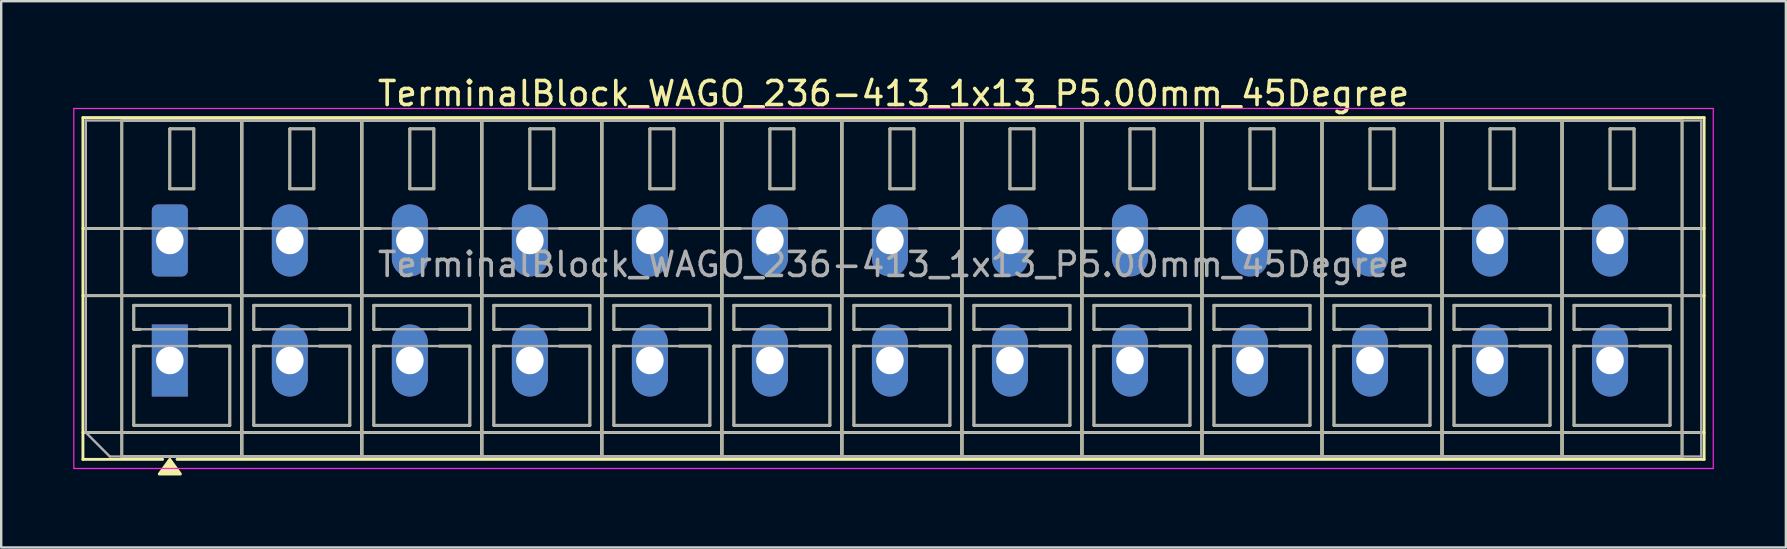
<source format=kicad_pcb>
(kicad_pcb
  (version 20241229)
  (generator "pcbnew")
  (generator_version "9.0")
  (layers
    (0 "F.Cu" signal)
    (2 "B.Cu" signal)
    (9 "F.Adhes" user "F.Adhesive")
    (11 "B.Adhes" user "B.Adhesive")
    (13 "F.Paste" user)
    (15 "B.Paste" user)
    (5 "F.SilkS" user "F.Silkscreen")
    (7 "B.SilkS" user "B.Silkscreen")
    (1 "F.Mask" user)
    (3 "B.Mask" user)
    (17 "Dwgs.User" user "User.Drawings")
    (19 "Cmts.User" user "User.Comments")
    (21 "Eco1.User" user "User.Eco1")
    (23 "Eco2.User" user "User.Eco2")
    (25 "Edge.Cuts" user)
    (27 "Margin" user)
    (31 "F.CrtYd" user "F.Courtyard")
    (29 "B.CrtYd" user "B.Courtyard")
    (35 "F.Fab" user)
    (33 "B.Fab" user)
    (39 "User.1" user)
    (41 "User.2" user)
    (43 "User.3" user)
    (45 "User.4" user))
  (footprint "TerminalBlock_WAGO_236-413_1x13_P5.00mm_45Degree"
    (layer "F.Cu")
    (at 4.025 6.968)
    (property "Reference" "TerminalBlock_WAGO_236-413_1x13_P5.00mm_45Degree" (at 30.15 -6.12 0) (layer "F.SilkS") (effects (font (size 1 1) (thickness 0.15))))
    (attr through_hole)
    (fp_line (start -3.62 -5.12) (end -3.62 9.12) (stroke (width 0.12) (type solid)) (layer "F.SilkS"))
    (fp_line (start -3.62 -5.12) (end 63.92 -5.12) (stroke (width 0.12) (type solid)) (layer "F.SilkS"))
    (fp_line (start -3.62 -0.5) (end -1.23 -0.5) (stroke (width 0.12) (type solid)) (layer "F.SilkS"))
    (fp_line (start -3.62 2.3) (end 63.92 2.3) (stroke (width 0.12) (type solid)) (layer "F.SilkS"))
    (fp_line (start -3.62 8) (end 63.92 8) (stroke (width 0.12) (type solid)) (layer "F.SilkS"))
    (fp_line (start -3.62 9.12) (end -0.3 9.12) (stroke (width 0.12) (type solid)) (layer "F.SilkS"))
    (fp_line (start -2 -5) (end -2 9) (stroke (width 0.12) (type solid)) (layer "F.SilkS"))
    (fp_line (start -2 -5) (end 3 -5) (stroke (width 0.12) (type solid)) (layer "F.SilkS"))
    (fp_line (start -2 9) (end 3 9) (stroke (width 0.12) (type solid)) (layer "F.SilkS"))
    (fp_line (start -1.5 2.7) (end -1.5 3.7) (stroke (width 0.12) (type solid)) (layer "F.SilkS"))
    (fp_line (start -1.5 2.7) (end 2.5 2.7) (stroke (width 0.12) (type solid)) (layer "F.SilkS"))
    (fp_line (start -1.5 3.7) (end -1.23 3.7) (stroke (width 0.12) (type solid)) (layer "F.SilkS"))
    (fp_line (start -1.5 4.4) (end -1.5 7.7) (stroke (width 0.12) (type solid)) (layer "F.SilkS"))
    (fp_line (start -1.5 4.4) (end -1.23 4.4) (stroke (width 0.12) (type solid)) (layer "F.SilkS"))
    (fp_line (start -1.5 7.7) (end 2.5 7.7) (stroke (width 0.12) (type solid)) (layer "F.SilkS"))
    (fp_line (start 0 -4.65) (end 0 -2.15) (stroke (width 0.12) (type solid)) (layer "F.SilkS"))
    (fp_line (start 0 -4.65) (end 1 -4.65) (stroke (width 0.12) (type solid)) (layer "F.SilkS"))
    (fp_line (start 0 -2.15) (end 1 -2.15) (stroke (width 0.12) (type solid)) (layer "F.SilkS"))
    (fp_line (start 0.3 9.12) (end 63.92 9.12) (stroke (width 0.12) (type solid)) (layer "F.SilkS"))
    (fp_line (start 1 -4.65) (end 1 -2.15) (stroke (width 0.12) (type solid)) (layer "F.SilkS"))
    (fp_line (start 1.23 -0.5) (end 3.77 -0.5) (stroke (width 0.12) (type solid)) (layer "F.SilkS"))
    (fp_line (start 1.23 3.7) (end 2.5 3.7) (stroke (width 0.12) (type solid)) (layer "F.SilkS"))
    (fp_line (start 1.23 4.4) (end 2.5 4.4) (stroke (width 0.12) (type solid)) (layer "F.SilkS"))
    (fp_line (start 2.5 2.7) (end 2.5 3.7) (stroke (width 0.12) (type solid)) (layer "F.SilkS"))
    (fp_line (start 2.5 4.4) (end 2.5 7.7) (stroke (width 0.12) (type solid)) (layer "F.SilkS"))
    (fp_line (start 3 -5) (end 3 9) (stroke (width 0.12) (type solid)) (layer "F.SilkS"))
    (fp_line (start 3 -5) (end 3 9) (stroke (width 0.12) (type solid)) (layer "F.SilkS"))
    (fp_line (start 3 -5) (end 8 -5) (stroke (width 0.12) (type solid)) (layer "F.SilkS"))
    (fp_line (start 3 9) (end 8 9) (stroke (width 0.12) (type solid)) (layer "F.SilkS"))
    (fp_line (start 3.5 2.7) (end 3.5 3.7) (stroke (width 0.12) (type solid)) (layer "F.SilkS"))
    (fp_line (start 3.5 2.7) (end 7.5 2.7) (stroke (width 0.12) (type solid)) (layer "F.SilkS"))
    (fp_line (start 3.5 3.7) (end 3.77 3.7) (stroke (width 0.12) (type solid)) (layer "F.SilkS"))
    (fp_line (start 3.5 4.4) (end 3.5 7.7) (stroke (width 0.12) (type solid)) (layer "F.SilkS"))
    (fp_line (start 3.5 4.4) (end 3.77 4.4) (stroke (width 0.12) (type solid)) (layer "F.SilkS"))
    (fp_line (start 3.5 7.7) (end 7.5 7.7) (stroke (width 0.12) (type solid)) (layer "F.SilkS"))
    (fp_line (start 5 -4.65) (end 5 -2.15) (stroke (width 0.12) (type solid)) (layer "F.SilkS"))
    (fp_line (start 5 -4.65) (end 6 -4.65) (stroke (width 0.12) (type solid)) (layer "F.SilkS"))
    (fp_line (start 5 -2.15) (end 6 -2.15) (stroke (width 0.12) (type solid)) (layer "F.SilkS"))
    (fp_line (start 6 -4.65) (end 6 -2.15) (stroke (width 0.12) (type solid)) (layer "F.SilkS"))
    (fp_line (start 6.23 -0.5) (end 8.77 -0.5) (stroke (width 0.12) (type solid)) (layer "F.SilkS"))
    (fp_line (start 6.23 3.7) (end 7.5 3.7) (stroke (width 0.12) (type solid)) (layer "F.SilkS"))
    (fp_line (start 6.23 4.4) (end 7.5 4.4) (stroke (width 0.12) (type solid)) (layer "F.SilkS"))
    (fp_line (start 7.5 2.7) (end 7.5 3.7) (stroke (width 0.12) (type solid)) (layer "F.SilkS"))
    (fp_line (start 7.5 4.4) (end 7.5 7.7) (stroke (width 0.12) (type solid)) (layer "F.SilkS"))
    (fp_line (start 8 -5) (end 8 9) (stroke (width 0.12) (type solid)) (layer "F.SilkS"))
    (fp_line (start 8 -5) (end 8 9) (stroke (width 0.12) (type solid)) (layer "F.SilkS"))
    (fp_line (start 8 -5) (end 13 -5) (stroke (width 0.12) (type solid)) (layer "F.SilkS"))
    (fp_line (start 8 9) (end 13 9) (stroke (width 0.12) (type solid)) (layer "F.SilkS"))
    (fp_line (start 8.5 2.7) (end 8.5 3.7) (stroke (width 0.12) (type solid)) (layer "F.SilkS"))
    (fp_line (start 8.5 2.7) (end 12.5 2.7) (stroke (width 0.12) (type solid)) (layer "F.SilkS"))
    (fp_line (start 8.5 3.7) (end 8.77 3.7) (stroke (width 0.12) (type solid)) (layer "F.SilkS"))
    (fp_line (start 8.5 4.4) (end 8.5 7.7) (stroke (width 0.12) (type solid)) (layer "F.SilkS"))
    (fp_line (start 8.5 4.4) (end 8.77 4.4) (stroke (width 0.12) (type solid)) (layer "F.SilkS"))
    (fp_line (start 8.5 7.7) (end 12.5 7.7) (stroke (width 0.12) (type solid)) (layer "F.SilkS"))
    (fp_line (start 10 -4.65) (end 10 -2.15) (stroke (width 0.12) (type solid)) (layer "F.SilkS"))
    (fp_line (start 10 -4.65) (end 11 -4.65) (stroke (width 0.12) (type solid)) (layer "F.SilkS"))
    (fp_line (start 10 -2.15) (end 11 -2.15) (stroke (width 0.12) (type solid)) (layer "F.SilkS"))
    (fp_line (start 11 -4.65) (end 11 -2.15) (stroke (width 0.12) (type solid)) (layer "F.SilkS"))
    (fp_line (start 11.23 -0.5) (end 13.77 -0.5) (stroke (width 0.12) (type solid)) (layer "F.SilkS"))
    (fp_line (start 11.23 3.7) (end 12.5 3.7) (stroke (width 0.12) (type solid)) (layer "F.SilkS"))
    (fp_line (start 11.23 4.4) (end 12.5 4.4) (stroke (width 0.12) (type solid)) (layer "F.SilkS"))
    (fp_line (start 12.5 2.7) (end 12.5 3.7) (stroke (width 0.12) (type solid)) (layer "F.SilkS"))
    (fp_line (start 12.5 4.4) (end 12.5 7.7) (stroke (width 0.12) (type solid)) (layer "F.SilkS"))
    (fp_line (start 13 -5) (end 13 9) (stroke (width 0.12) (type solid)) (layer "F.SilkS"))
    (fp_line (start 13 -5) (end 13 9) (stroke (width 0.12) (type solid)) (layer "F.SilkS"))
    (fp_line (start 13 -5) (end 18 -5) (stroke (width 0.12) (type solid)) (layer "F.SilkS"))
    (fp_line (start 13 9) (end 18 9) (stroke (width 0.12) (type solid)) (layer "F.SilkS"))
    (fp_line (start 13.5 2.7) (end 13.5 3.7) (stroke (width 0.12) (type solid)) (layer "F.SilkS"))
    (fp_line (start 13.5 2.7) (end 17.5 2.7) (stroke (width 0.12) (type solid)) (layer "F.SilkS"))
    (fp_line (start 13.5 3.7) (end 13.77 3.7) (stroke (width 0.12) (type solid)) (layer "F.SilkS"))
    (fp_line (start 13.5 4.4) (end 13.5 7.7) (stroke (width 0.12) (type solid)) (layer "F.SilkS"))
    (fp_line (start 13.5 4.4) (end 13.77 4.4) (stroke (width 0.12) (type solid)) (layer "F.SilkS"))
    (fp_line (start 13.5 7.7) (end 17.5 7.7) (stroke (width 0.12) (type solid)) (layer "F.SilkS"))
    (fp_line (start 15 -4.65) (end 15 -2.15) (stroke (width 0.12) (type solid)) (layer "F.SilkS"))
    (fp_line (start 15 -4.65) (end 16 -4.65) (stroke (width 0.12) (type solid)) (layer "F.SilkS"))
    (fp_line (start 15 -2.15) (end 16 -2.15) (stroke (width 0.12) (type solid)) (layer "F.SilkS"))
    (fp_line (start 16 -4.65) (end 16 -2.15) (stroke (width 0.12) (type solid)) (layer "F.SilkS"))
    (fp_line (start 16.23 -0.5) (end 18.77 -0.5) (stroke (width 0.12) (type solid)) (layer "F.SilkS"))
    (fp_line (start 16.23 3.7) (end 17.5 3.7) (stroke (width 0.12) (type solid)) (layer "F.SilkS"))
    (fp_line (start 16.23 4.4) (end 17.5 4.4) (stroke (width 0.12) (type solid)) (layer "F.SilkS"))
    (fp_line (start 17.5 2.7) (end 17.5 3.7) (stroke (width 0.12) (type solid)) (layer "F.SilkS"))
    (fp_line (start 17.5 4.4) (end 17.5 7.7) (stroke (width 0.12) (type solid)) (layer "F.SilkS"))
    (fp_line (start 18 -5) (end 18 9) (stroke (width 0.12) (type solid)) (layer "F.SilkS"))
    (fp_line (start 18 -5) (end 18 9) (stroke (width 0.12) (type solid)) (layer "F.SilkS"))
    (fp_line (start 18 -5) (end 23 -5) (stroke (width 0.12) (type solid)) (layer "F.SilkS"))
    (fp_line (start 18 9) (end 23 9) (stroke (width 0.12) (type solid)) (layer "F.SilkS"))
    (fp_line (start 18.5 2.7) (end 18.5 3.7) (stroke (width 0.12) (type solid)) (layer "F.SilkS"))
    (fp_line (start 18.5 2.7) (end 22.5 2.7) (stroke (width 0.12) (type solid)) (layer "F.SilkS"))
    (fp_line (start 18.5 3.7) (end 18.77 3.7) (stroke (width 0.12) (type solid)) (layer "F.SilkS"))
    (fp_line (start 18.5 4.4) (end 18.5 7.7) (stroke (width 0.12) (type solid)) (layer "F.SilkS"))
    (fp_line (start 18.5 4.4) (end 18.77 4.4) (stroke (width 0.12) (type solid)) (layer "F.SilkS"))
    (fp_line (start 18.5 7.7) (end 22.5 7.7) (stroke (width 0.12) (type solid)) (layer "F.SilkS"))
    (fp_line (start 20 -4.65) (end 20 -2.15) (stroke (width 0.12) (type solid)) (layer "F.SilkS"))
    (fp_line (start 20 -4.65) (end 21 -4.65) (stroke (width 0.12) (type solid)) (layer "F.SilkS"))
    (fp_line (start 20 -2.15) (end 21 -2.15) (stroke (width 0.12) (type solid)) (layer "F.SilkS"))
    (fp_line (start 21 -4.65) (end 21 -2.15) (stroke (width 0.12) (type solid)) (layer "F.SilkS"))
    (fp_line (start 21.23 -0.5) (end 23.77 -0.5) (stroke (width 0.12) (type solid)) (layer "F.SilkS"))
    (fp_line (start 21.23 3.7) (end 22.5 3.7) (stroke (width 0.12) (type solid)) (layer "F.SilkS"))
    (fp_line (start 21.23 4.4) (end 22.5 4.4) (stroke (width 0.12) (type solid)) (layer "F.SilkS"))
    (fp_line (start 22.5 2.7) (end 22.5 3.7) (stroke (width 0.12) (type solid)) (layer "F.SilkS"))
    (fp_line (start 22.5 4.4) (end 22.5 7.7) (stroke (width 0.12) (type solid)) (layer "F.SilkS"))
    (fp_line (start 23 -5) (end 23 9) (stroke (width 0.12) (type solid)) (layer "F.SilkS"))
    (fp_line (start 23 -5) (end 23 9) (stroke (width 0.12) (type solid)) (layer "F.SilkS"))
    (fp_line (start 23 -5) (end 28 -5) (stroke (width 0.12) (type solid)) (layer "F.SilkS"))
    (fp_line (start 23 9) (end 28 9) (stroke (width 0.12) (type solid)) (layer "F.SilkS"))
    (fp_line (start 23.5 2.7) (end 23.5 3.7) (stroke (width 0.12) (type solid)) (layer "F.SilkS"))
    (fp_line (start 23.5 2.7) (end 27.5 2.7) (stroke (width 0.12) (type solid)) (layer "F.SilkS"))
    (fp_line (start 23.5 3.7) (end 23.77 3.7) (stroke (width 0.12) (type solid)) (layer "F.SilkS"))
    (fp_line (start 23.5 4.4) (end 23.5 7.7) (stroke (width 0.12) (type solid)) (layer "F.SilkS"))
    (fp_line (start 23.5 4.4) (end 23.77 4.4) (stroke (width 0.12) (type solid)) (layer "F.SilkS"))
    (fp_line (start 23.5 7.7) (end 27.5 7.7) (stroke (width 0.12) (type solid)) (layer "F.SilkS"))
    (fp_line (start 25 -4.65) (end 25 -2.15) (stroke (width 0.12) (type solid)) (layer "F.SilkS"))
    (fp_line (start 25 -4.65) (end 26 -4.65) (stroke (width 0.12) (type solid)) (layer "F.SilkS"))
    (fp_line (start 25 -2.15) (end 26 -2.15) (stroke (width 0.12) (type solid)) (layer "F.SilkS"))
    (fp_line (start 26 -4.65) (end 26 -2.15) (stroke (width 0.12) (type solid)) (layer "F.SilkS"))
    (fp_line (start 26.23 -0.5) (end 28.77 -0.5) (stroke (width 0.12) (type solid)) (layer "F.SilkS"))
    (fp_line (start 26.23 3.7) (end 27.5 3.7) (stroke (width 0.12) (type solid)) (layer "F.SilkS"))
    (fp_line (start 26.23 4.4) (end 27.5 4.4) (stroke (width 0.12) (type solid)) (layer "F.SilkS"))
    (fp_line (start 27.5 2.7) (end 27.5 3.7) (stroke (width 0.12) (type solid)) (layer "F.SilkS"))
    (fp_line (start 27.5 4.4) (end 27.5 7.7) (stroke (width 0.12) (type solid)) (layer "F.SilkS"))
    (fp_line (start 28 -5) (end 28 9) (stroke (width 0.12) (type solid)) (layer "F.SilkS"))
    (fp_line (start 28 -5) (end 28 9) (stroke (width 0.12) (type solid)) (layer "F.SilkS"))
    (fp_line (start 28 -5) (end 33 -5) (stroke (width 0.12) (type solid)) (layer "F.SilkS"))
    (fp_line (start 28 9) (end 33 9) (stroke (width 0.12) (type solid)) (layer "F.SilkS"))
    (fp_line (start 28.5 2.7) (end 28.5 3.7) (stroke (width 0.12) (type solid)) (layer "F.SilkS"))
    (fp_line (start 28.5 2.7) (end 32.5 2.7) (stroke (width 0.12) (type solid)) (layer "F.SilkS"))
    (fp_line (start 28.5 3.7) (end 28.77 3.7) (stroke (width 0.12) (type solid)) (layer "F.SilkS"))
    (fp_line (start 28.5 4.4) (end 28.5 7.7) (stroke (width 0.12) (type solid)) (layer "F.SilkS"))
    (fp_line (start 28.5 4.4) (end 28.77 4.4) (stroke (width 0.12) (type solid)) (layer "F.SilkS"))
    (fp_line (start 28.5 7.7) (end 32.5 7.7) (stroke (width 0.12) (type solid)) (layer "F.SilkS"))
    (fp_line (start 30 -4.65) (end 30 -2.15) (stroke (width 0.12) (type solid)) (layer "F.SilkS"))
    (fp_line (start 30 -4.65) (end 31 -4.65) (stroke (width 0.12) (type solid)) (layer "F.SilkS"))
    (fp_line (start 30 -2.15) (end 31 -2.15) (stroke (width 0.12) (type solid)) (layer "F.SilkS"))
    (fp_line (start 31 -4.65) (end 31 -2.15) (stroke (width 0.12) (type solid)) (layer "F.SilkS"))
    (fp_line (start 31.23 -0.5) (end 33.77 -0.5) (stroke (width 0.12) (type solid)) (layer "F.SilkS"))
    (fp_line (start 31.23 3.7) (end 32.5 3.7) (stroke (width 0.12) (type solid)) (layer "F.SilkS"))
    (fp_line (start 31.23 4.4) (end 32.5 4.4) (stroke (width 0.12) (type solid)) (layer "F.SilkS"))
    (fp_line (start 32.5 2.7) (end 32.5 3.7) (stroke (width 0.12) (type solid)) (layer "F.SilkS"))
    (fp_line (start 32.5 4.4) (end 32.5 7.7) (stroke (width 0.12) (type solid)) (layer "F.SilkS"))
    (fp_line (start 33 -5) (end 33 9) (stroke (width 0.12) (type solid)) (layer "F.SilkS"))
    (fp_line (start 33 -5) (end 33 9) (stroke (width 0.12) (type solid)) (layer "F.SilkS"))
    (fp_line (start 33 -5) (end 38 -5) (stroke (width 0.12) (type solid)) (layer "F.SilkS"))
    (fp_line (start 33 9) (end 38 9) (stroke (width 0.12) (type solid)) (layer "F.SilkS"))
    (fp_line (start 33.5 2.7) (end 33.5 3.7) (stroke (width 0.12) (type solid)) (layer "F.SilkS"))
    (fp_line (start 33.5 2.7) (end 37.5 2.7) (stroke (width 0.12) (type solid)) (layer "F.SilkS"))
    (fp_line (start 33.5 3.7) (end 33.77 3.7) (stroke (width 0.12) (type solid)) (layer "F.SilkS"))
    (fp_line (start 33.5 4.4) (end 33.5 7.7) (stroke (width 0.12) (type solid)) (layer "F.SilkS"))
    (fp_line (start 33.5 4.4) (end 33.77 4.4) (stroke (width 0.12) (type solid)) (layer "F.SilkS"))
    (fp_line (start 33.5 7.7) (end 37.5 7.7) (stroke (width 0.12) (type solid)) (layer "F.SilkS"))
    (fp_line (start 35 -4.65) (end 35 -2.15) (stroke (width 0.12) (type solid)) (layer "F.SilkS"))
    (fp_line (start 35 -4.65) (end 36 -4.65) (stroke (width 0.12) (type solid)) (layer "F.SilkS"))
    (fp_line (start 35 -2.15) (end 36 -2.15) (stroke (width 0.12) (type solid)) (layer "F.SilkS"))
    (fp_line (start 36 -4.65) (end 36 -2.15) (stroke (width 0.12) (type solid)) (layer "F.SilkS"))
    (fp_line (start 36.23 -0.5) (end 38.77 -0.5) (stroke (width 0.12) (type solid)) (layer "F.SilkS"))
    (fp_line (start 36.23 3.7) (end 37.5 3.7) (stroke (width 0.12) (type solid)) (layer "F.SilkS"))
    (fp_line (start 36.23 4.4) (end 37.5 4.4) (stroke (width 0.12) (type solid)) (layer "F.SilkS"))
    (fp_line (start 37.5 2.7) (end 37.5 3.7) (stroke (width 0.12) (type solid)) (layer "F.SilkS"))
    (fp_line (start 37.5 4.4) (end 37.5 7.7) (stroke (width 0.12) (type solid)) (layer "F.SilkS"))
    (fp_line (start 38 -5) (end 38 9) (stroke (width 0.12) (type solid)) (layer "F.SilkS"))
    (fp_line (start 38 -5) (end 38 9) (stroke (width 0.12) (type solid)) (layer "F.SilkS"))
    (fp_line (start 38 -5) (end 43 -5) (stroke (width 0.12) (type solid)) (layer "F.SilkS"))
    (fp_line (start 38 9) (end 43 9) (stroke (width 0.12) (type solid)) (layer "F.SilkS"))
    (fp_line (start 38.5 2.7) (end 38.5 3.7) (stroke (width 0.12) (type solid)) (layer "F.SilkS"))
    (fp_line (start 38.5 2.7) (end 42.5 2.7) (stroke (width 0.12) (type solid)) (layer "F.SilkS"))
    (fp_line (start 38.5 3.7) (end 38.77 3.7) (stroke (width 0.12) (type solid)) (layer "F.SilkS"))
    (fp_line (start 38.5 4.4) (end 38.5 7.7) (stroke (width 0.12) (type solid)) (layer "F.SilkS"))
    (fp_line (start 38.5 4.4) (end 38.77 4.4) (stroke (width 0.12) (type solid)) (layer "F.SilkS"))
    (fp_line (start 38.5 7.7) (end 42.5 7.7) (stroke (width 0.12) (type solid)) (layer "F.SilkS"))
    (fp_line (start 40 -4.65) (end 40 -2.15) (stroke (width 0.12) (type solid)) (layer "F.SilkS"))
    (fp_line (start 40 -4.65) (end 41 -4.65) (stroke (width 0.12) (type solid)) (layer "F.SilkS"))
    (fp_line (start 40 -2.15) (end 41 -2.15) (stroke (width 0.12) (type solid)) (layer "F.SilkS"))
    (fp_line (start 41 -4.65) (end 41 -2.15) (stroke (width 0.12) (type solid)) (layer "F.SilkS"))
    (fp_line (start 41.23 -0.5) (end 43.77 -0.5) (stroke (width 0.12) (type solid)) (layer "F.SilkS"))
    (fp_line (start 41.23 3.7) (end 42.5 3.7) (stroke (width 0.12) (type solid)) (layer "F.SilkS"))
    (fp_line (start 41.23 4.4) (end 42.5 4.4) (stroke (width 0.12) (type solid)) (layer "F.SilkS"))
    (fp_line (start 42.5 2.7) (end 42.5 3.7) (stroke (width 0.12) (type solid)) (layer "F.SilkS"))
    (fp_line (start 42.5 4.4) (end 42.5 7.7) (stroke (width 0.12) (type solid)) (layer "F.SilkS"))
    (fp_line (start 43 -5) (end 43 9) (stroke (width 0.12) (type solid)) (layer "F.SilkS"))
    (fp_line (start 43 -5) (end 43 9) (stroke (width 0.12) (type solid)) (layer "F.SilkS"))
    (fp_line (start 43 -5) (end 48 -5) (stroke (width 0.12) (type solid)) (layer "F.SilkS"))
    (fp_line (start 43 9) (end 48 9) (stroke (width 0.12) (type solid)) (layer "F.SilkS"))
    (fp_line (start 43.5 2.7) (end 43.5 3.7) (stroke (width 0.12) (type solid)) (layer "F.SilkS"))
    (fp_line (start 43.5 2.7) (end 47.5 2.7) (stroke (width 0.12) (type solid)) (layer "F.SilkS"))
    (fp_line (start 43.5 3.7) (end 43.77 3.7) (stroke (width 0.12) (type solid)) (layer "F.SilkS"))
    (fp_line (start 43.5 4.4) (end 43.5 7.7) (stroke (width 0.12) (type solid)) (layer "F.SilkS"))
    (fp_line (start 43.5 4.4) (end 43.77 4.4) (stroke (width 0.12) (type solid)) (layer "F.SilkS"))
    (fp_line (start 43.5 7.7) (end 47.5 7.7) (stroke (width 0.12) (type solid)) (layer "F.SilkS"))
    (fp_line (start 45 -4.65) (end 45 -2.15) (stroke (width 0.12) (type solid)) (layer "F.SilkS"))
    (fp_line (start 45 -4.65) (end 46 -4.65) (stroke (width 0.12) (type solid)) (layer "F.SilkS"))
    (fp_line (start 45 -2.15) (end 46 -2.15) (stroke (width 0.12) (type solid)) (layer "F.SilkS"))
    (fp_line (start 46 -4.65) (end 46 -2.15) (stroke (width 0.12) (type solid)) (layer "F.SilkS"))
    (fp_line (start 46.23 -0.5) (end 48.77 -0.5) (stroke (width 0.12) (type solid)) (layer "F.SilkS"))
    (fp_line (start 46.23 3.7) (end 47.5 3.7) (stroke (width 0.12) (type solid)) (layer "F.SilkS"))
    (fp_line (start 46.23 4.4) (end 47.5 4.4) (stroke (width 0.12) (type solid)) (layer "F.SilkS"))
    (fp_line (start 47.5 2.7) (end 47.5 3.7) (stroke (width 0.12) (type solid)) (layer "F.SilkS"))
    (fp_line (start 47.5 4.4) (end 47.5 7.7) (stroke (width 0.12) (type solid)) (layer "F.SilkS"))
    (fp_line (start 48 -5) (end 48 9) (stroke (width 0.12) (type solid)) (layer "F.SilkS"))
    (fp_line (start 48 -5) (end 48 9) (stroke (width 0.12) (type solid)) (layer "F.SilkS"))
    (fp_line (start 48 -5) (end 53 -5) (stroke (width 0.12) (type solid)) (layer "F.SilkS"))
    (fp_line (start 48 9) (end 53 9) (stroke (width 0.12) (type solid)) (layer "F.SilkS"))
    (fp_line (start 48.5 2.7) (end 48.5 3.7) (stroke (width 0.12) (type solid)) (layer "F.SilkS"))
    (fp_line (start 48.5 2.7) (end 52.5 2.7) (stroke (width 0.12) (type solid)) (layer "F.SilkS"))
    (fp_line (start 48.5 3.7) (end 48.77 3.7) (stroke (width 0.12) (type solid)) (layer "F.SilkS"))
    (fp_line (start 48.5 4.4) (end 48.5 7.7) (stroke (width 0.12) (type solid)) (layer "F.SilkS"))
    (fp_line (start 48.5 4.4) (end 48.77 4.4) (stroke (width 0.12) (type solid)) (layer "F.SilkS"))
    (fp_line (start 48.5 7.7) (end 52.5 7.7) (stroke (width 0.12) (type solid)) (layer "F.SilkS"))
    (fp_line (start 50 -4.65) (end 50 -2.15) (stroke (width 0.12) (type solid)) (layer "F.SilkS"))
    (fp_line (start 50 -4.65) (end 51 -4.65) (stroke (width 0.12) (type solid)) (layer "F.SilkS"))
    (fp_line (start 50 -2.15) (end 51 -2.15) (stroke (width 0.12) (type solid)) (layer "F.SilkS"))
    (fp_line (start 51 -4.65) (end 51 -2.15) (stroke (width 0.12) (type solid)) (layer "F.SilkS"))
    (fp_line (start 51.23 -0.5) (end 53.77 -0.5) (stroke (width 0.12) (type solid)) (layer "F.SilkS"))
    (fp_line (start 51.23 3.7) (end 52.5 3.7) (stroke (width 0.12) (type solid)) (layer "F.SilkS"))
    (fp_line (start 51.23 4.4) (end 52.5 4.4) (stroke (width 0.12) (type solid)) (layer "F.SilkS"))
    (fp_line (start 52.5 2.7) (end 52.5 3.7) (stroke (width 0.12) (type solid)) (layer "F.SilkS"))
    (fp_line (start 52.5 4.4) (end 52.5 7.7) (stroke (width 0.12) (type solid)) (layer "F.SilkS"))
    (fp_line (start 53 -5) (end 53 9) (stroke (width 0.12) (type solid)) (layer "F.SilkS"))
    (fp_line (start 53 -5) (end 53 9) (stroke (width 0.12) (type solid)) (layer "F.SilkS"))
    (fp_line (start 53 -5) (end 58 -5) (stroke (width 0.12) (type solid)) (layer "F.SilkS"))
    (fp_line (start 53 9) (end 58 9) (stroke (width 0.12) (type solid)) (layer "F.SilkS"))
    (fp_line (start 53.5 2.7) (end 53.5 3.7) (stroke (width 0.12) (type solid)) (layer "F.SilkS"))
    (fp_line (start 53.5 2.7) (end 57.5 2.7) (stroke (width 0.12) (type solid)) (layer "F.SilkS"))
    (fp_line (start 53.5 3.7) (end 53.77 3.7) (stroke (width 0.12) (type solid)) (layer "F.SilkS"))
    (fp_line (start 53.5 4.4) (end 53.5 7.7) (stroke (width 0.12) (type solid)) (layer "F.SilkS"))
    (fp_line (start 53.5 4.4) (end 53.77 4.4) (stroke (width 0.12) (type solid)) (layer "F.SilkS"))
    (fp_line (start 53.5 7.7) (end 57.5 7.7) (stroke (width 0.12) (type solid)) (layer "F.SilkS"))
    (fp_line (start 55 -4.65) (end 55 -2.15) (stroke (width 0.12) (type solid)) (layer "F.SilkS"))
    (fp_line (start 55 -4.65) (end 56 -4.65) (stroke (width 0.12) (type solid)) (layer "F.SilkS"))
    (fp_line (start 55 -2.15) (end 56 -2.15) (stroke (width 0.12) (type solid)) (layer "F.SilkS"))
    (fp_line (start 56 -4.65) (end 56 -2.15) (stroke (width 0.12) (type solid)) (layer "F.SilkS"))
    (fp_line (start 56.23 -0.5) (end 58.77 -0.5) (stroke (width 0.12) (type solid)) (layer "F.SilkS"))
    (fp_line (start 56.23 3.7) (end 57.5 3.7) (stroke (width 0.12) (type solid)) (layer "F.SilkS"))
    (fp_line (start 56.23 4.4) (end 57.5 4.4) (stroke (width 0.12) (type solid)) (layer "F.SilkS"))
    (fp_line (start 57.5 2.7) (end 57.5 3.7) (stroke (width 0.12) (type solid)) (layer "F.SilkS"))
    (fp_line (start 57.5 4.4) (end 57.5 7.7) (stroke (width 0.12) (type solid)) (layer "F.SilkS"))
    (fp_line (start 58 -5) (end 58 9) (stroke (width 0.12) (type solid)) (layer "F.SilkS"))
    (fp_line (start 58 -5) (end 58 9) (stroke (width 0.12) (type solid)) (layer "F.SilkS"))
    (fp_line (start 58 -5) (end 63 -5) (stroke (width 0.12) (type solid)) (layer "F.SilkS"))
    (fp_line (start 58 9) (end 63 9) (stroke (width 0.12) (type solid)) (layer "F.SilkS"))
    (fp_line (start 58.5 2.7) (end 58.5 3.7) (stroke (width 0.12) (type solid)) (layer "F.SilkS"))
    (fp_line (start 58.5 2.7) (end 62.5 2.7) (stroke (width 0.12) (type solid)) (layer "F.SilkS"))
    (fp_line (start 58.5 3.7) (end 58.77 3.7) (stroke (width 0.12) (type solid)) (layer "F.SilkS"))
    (fp_line (start 58.5 4.4) (end 58.5 7.7) (stroke (width 0.12) (type solid)) (layer "F.SilkS"))
    (fp_line (start 58.5 4.4) (end 58.77 4.4) (stroke (width 0.12) (type solid)) (layer "F.SilkS"))
    (fp_line (start 58.5 7.7) (end 62.5 7.7) (stroke (width 0.12) (type solid)) (layer "F.SilkS"))
    (fp_line (start 60 -4.65) (end 60 -2.15) (stroke (width 0.12) (type solid)) (layer "F.SilkS"))
    (fp_line (start 60 -4.65) (end 61 -4.65) (stroke (width 0.12) (type solid)) (layer "F.SilkS"))
    (fp_line (start 60 -2.15) (end 61 -2.15) (stroke (width 0.12) (type solid)) (layer "F.SilkS"))
    (fp_line (start 61 -4.65) (end 61 -2.15) (stroke (width 0.12) (type solid)) (layer "F.SilkS"))
    (fp_line (start 61.23 -0.5) (end 63.92 -0.5) (stroke (width 0.12) (type solid)) (layer "F.SilkS"))
    (fp_line (start 61.23 3.7) (end 62.5 3.7) (stroke (width 0.12) (type solid)) (layer "F.SilkS"))
    (fp_line (start 61.23 4.4) (end 62.5 4.4) (stroke (width 0.12) (type solid)) (layer "F.SilkS"))
    (fp_line (start 62.5 2.7) (end 62.5 3.7) (stroke (width 0.12) (type solid)) (layer "F.SilkS"))
    (fp_line (start 62.5 4.4) (end 62.5 7.7) (stroke (width 0.12) (type solid)) (layer "F.SilkS"))
    (fp_line (start 63 -5) (end 63 9) (stroke (width 0.12) (type solid)) (layer "F.SilkS"))
    (fp_line (start 63.92 -5.12) (end 63.92 9.12) (stroke (width 0.12) (type solid)) (layer "F.SilkS"))
    (fp_poly (pts (xy 0 9.12) (xy 0.44 9.73) (xy -0.44 9.73)) (stroke (width 0.12) (type solid)) (fill yes) (layer "F.SilkS"))
    (fp_line (start -4 -5.5) (end -4 9.5) (stroke (width 0.05) (type solid)) (layer "F.CrtYd"))
    (fp_line (start -4 9.5) (end 64.3 9.5) (stroke (width 0.05) (type solid)) (layer "F.CrtYd"))
    (fp_line (start 64.3 -5.5) (end -4 -5.5) (stroke (width 0.05) (type solid)) (layer "F.CrtYd"))
    (fp_line (start 64.3 9.5) (end 64.3 -5.5) (stroke (width 0.05) (type solid)) (layer "F.CrtYd"))
    (fp_line (start -3.5 -5) (end 63.8 -5) (stroke (width 0.1) (type solid)) (layer "F.Fab"))
    (fp_line (start -3.5 -0.5) (end 63.8 -0.5) (stroke (width 0.1) (type solid)) (layer "F.Fab"))
    (fp_line (start -3.5 2.3) (end 63.8 2.3) (stroke (width 0.1) (type solid)) (layer "F.Fab"))
    (fp_line (start -3.5 8) (end -3.5 -5) (stroke (width 0.1) (type solid)) (layer "F.Fab"))
    (fp_line (start -3.5 8) (end 63.8 8) (stroke (width 0.1) (type solid)) (layer "F.Fab"))
    (fp_line (start -2.5 9) (end -3.5 8) (stroke (width 0.1) (type solid)) (layer "F.Fab"))
    (fp_line (start -2 -5) (end -2 9) (stroke (width 0.1) (type solid)) (layer "F.Fab"))
    (fp_line (start -2 9) (end 3 9) (stroke (width 0.1) (type solid)) (layer "F.Fab"))
    (fp_line (start -1.5 2.7) (end -1.5 3.7) (stroke (width 0.1) (type solid)) (layer "F.Fab"))
    (fp_line (start -1.5 3.7) (end 2.5 3.7) (stroke (width 0.1) (type solid)) (layer "F.Fab"))
    (fp_line (start -1.5 4.4) (end -1.5 7.7) (stroke (width 0.1) (type solid)) (layer "F.Fab"))
    (fp_line (start -1.5 7.7) (end 2.5 7.7) (stroke (width 0.1) (type solid)) (layer "F.Fab"))
    (fp_line (start 0 -4.65) (end 0 -2.15) (stroke (width 0.1) (type solid)) (layer "F.Fab"))
    (fp_line (start 0 -2.15) (end 1 -2.15) (stroke (width 0.1) (type solid)) (layer "F.Fab"))
    (fp_line (start 1 -4.65) (end 0 -4.65) (stroke (width 0.1) (type solid)) (layer "F.Fab"))
    (fp_line (start 1 -2.15) (end 1 -4.65) (stroke (width 0.1) (type solid)) (layer "F.Fab"))
    (fp_line (start 2.5 2.7) (end -1.5 2.7) (stroke (width 0.1) (type solid)) (layer "F.Fab"))
    (fp_line (start 2.5 3.7) (end 2.5 2.7) (stroke (width 0.1) (type solid)) (layer "F.Fab"))
    (fp_line (start 2.5 4.4) (end -1.5 4.4) (stroke (width 0.1) (type solid)) (layer "F.Fab"))
    (fp_line (start 2.5 7.7) (end 2.5 4.4) (stroke (width 0.1) (type solid)) (layer "F.Fab"))
    (fp_line (start 3 -5) (end -2 -5) (stroke (width 0.1) (type solid)) (layer "F.Fab"))
    (fp_line (start 3 -5) (end 3 9) (stroke (width 0.1) (type solid)) (layer "F.Fab"))
    (fp_line (start 3 9) (end 3 -5) (stroke (width 0.1) (type solid)) (layer "F.Fab"))
    (fp_line (start 3 9) (end 8 9) (stroke (width 0.1) (type solid)) (layer "F.Fab"))
    (fp_line (start 3.5 2.7) (end 3.5 3.7) (stroke (width 0.1) (type solid)) (layer "F.Fab"))
    (fp_line (start 3.5 3.7) (end 7.5 3.7) (stroke (width 0.1) (type solid)) (layer "F.Fab"))
    (fp_line (start 3.5 4.4) (end 3.5 7.7) (stroke (width 0.1) (type solid)) (layer "F.Fab"))
    (fp_line (start 3.5 7.7) (end 7.5 7.7) (stroke (width 0.1) (type solid)) (layer "F.Fab"))
    (fp_line (start 5 -4.65) (end 5 -2.15) (stroke (width 0.1) (type solid)) (layer "F.Fab"))
    (fp_line (start 5 -2.15) (end 6 -2.15) (stroke (width 0.1) (type solid)) (layer "F.Fab"))
    (fp_line (start 6 -4.65) (end 5 -4.65) (stroke (width 0.1) (type solid)) (layer "F.Fab"))
    (fp_line (start 6 -2.15) (end 6 -4.65) (stroke (width 0.1) (type solid)) (layer "F.Fab"))
    (fp_line (start 7.5 2.7) (end 3.5 2.7) (stroke (width 0.1) (type solid)) (layer "F.Fab"))
    (fp_line (start 7.5 3.7) (end 7.5 2.7) (stroke (width 0.1) (type solid)) (layer "F.Fab"))
    (fp_line (start 7.5 4.4) (end 3.5 4.4) (stroke (width 0.1) (type solid)) (layer "F.Fab"))
    (fp_line (start 7.5 7.7) (end 7.5 4.4) (stroke (width 0.1) (type solid)) (layer "F.Fab"))
    (fp_line (start 8 -5) (end 3 -5) (stroke (width 0.1) (type solid)) (layer "F.Fab"))
    (fp_line (start 8 -5) (end 8 9) (stroke (width 0.1) (type solid)) (layer "F.Fab"))
    (fp_line (start 8 9) (end 8 -5) (stroke (width 0.1) (type solid)) (layer "F.Fab"))
    (fp_line (start 8 9) (end 13 9) (stroke (width 0.1) (type solid)) (layer "F.Fab"))
    (fp_line (start 8.5 2.7) (end 8.5 3.7) (stroke (width 0.1) (type solid)) (layer "F.Fab"))
    (fp_line (start 8.5 3.7) (end 12.5 3.7) (stroke (width 0.1) (type solid)) (layer "F.Fab"))
    (fp_line (start 8.5 4.4) (end 8.5 7.7) (stroke (width 0.1) (type solid)) (layer "F.Fab"))
    (fp_line (start 8.5 7.7) (end 12.5 7.7) (stroke (width 0.1) (type solid)) (layer "F.Fab"))
    (fp_line (start 10 -4.65) (end 10 -2.15) (stroke (width 0.1) (type solid)) (layer "F.Fab"))
    (fp_line (start 10 -2.15) (end 11 -2.15) (stroke (width 0.1) (type solid)) (layer "F.Fab"))
    (fp_line (start 11 -4.65) (end 10 -4.65) (stroke (width 0.1) (type solid)) (layer "F.Fab"))
    (fp_line (start 11 -2.15) (end 11 -4.65) (stroke (width 0.1) (type solid)) (layer "F.Fab"))
    (fp_line (start 12.5 2.7) (end 8.5 2.7) (stroke (width 0.1) (type solid)) (layer "F.Fab"))
    (fp_line (start 12.5 3.7) (end 12.5 2.7) (stroke (width 0.1) (type solid)) (layer "F.Fab"))
    (fp_line (start 12.5 4.4) (end 8.5 4.4) (stroke (width 0.1) (type solid)) (layer "F.Fab"))
    (fp_line (start 12.5 7.7) (end 12.5 4.4) (stroke (width 0.1) (type solid)) (layer "F.Fab"))
    (fp_line (start 13 -5) (end 8 -5) (stroke (width 0.1) (type solid)) (layer "F.Fab"))
    (fp_line (start 13 -5) (end 13 9) (stroke (width 0.1) (type solid)) (layer "F.Fab"))
    (fp_line (start 13 9) (end 13 -5) (stroke (width 0.1) (type solid)) (layer "F.Fab"))
    (fp_line (start 13 9) (end 18 9) (stroke (width 0.1) (type solid)) (layer "F.Fab"))
    (fp_line (start 13.5 2.7) (end 13.5 3.7) (stroke (width 0.1) (type solid)) (layer "F.Fab"))
    (fp_line (start 13.5 3.7) (end 17.5 3.7) (stroke (width 0.1) (type solid)) (layer "F.Fab"))
    (fp_line (start 13.5 4.4) (end 13.5 7.7) (stroke (width 0.1) (type solid)) (layer "F.Fab"))
    (fp_line (start 13.5 7.7) (end 17.5 7.7) (stroke (width 0.1) (type solid)) (layer "F.Fab"))
    (fp_line (start 15 -4.65) (end 15 -2.15) (stroke (width 0.1) (type solid)) (layer "F.Fab"))
    (fp_line (start 15 -2.15) (end 16 -2.15) (stroke (width 0.1) (type solid)) (layer "F.Fab"))
    (fp_line (start 16 -4.65) (end 15 -4.65) (stroke (width 0.1) (type solid)) (layer "F.Fab"))
    (fp_line (start 16 -2.15) (end 16 -4.65) (stroke (width 0.1) (type solid)) (layer "F.Fab"))
    (fp_line (start 17.5 2.7) (end 13.5 2.7) (stroke (width 0.1) (type solid)) (layer "F.Fab"))
    (fp_line (start 17.5 3.7) (end 17.5 2.7) (stroke (width 0.1) (type solid)) (layer "F.Fab"))
    (fp_line (start 17.5 4.4) (end 13.5 4.4) (stroke (width 0.1) (type solid)) (layer "F.Fab"))
    (fp_line (start 17.5 7.7) (end 17.5 4.4) (stroke (width 0.1) (type solid)) (layer "F.Fab"))
    (fp_line (start 18 -5) (end 13 -5) (stroke (width 0.1) (type solid)) (layer "F.Fab"))
    (fp_line (start 18 -5) (end 18 9) (stroke (width 0.1) (type solid)) (layer "F.Fab"))
    (fp_line (start 18 9) (end 18 -5) (stroke (width 0.1) (type solid)) (layer "F.Fab"))
    (fp_line (start 18 9) (end 23 9) (stroke (width 0.1) (type solid)) (layer "F.Fab"))
    (fp_line (start 18.5 2.7) (end 18.5 3.7) (stroke (width 0.1) (type solid)) (layer "F.Fab"))
    (fp_line (start 18.5 3.7) (end 22.5 3.7) (stroke (width 0.1) (type solid)) (layer "F.Fab"))
    (fp_line (start 18.5 4.4) (end 18.5 7.7) (stroke (width 0.1) (type solid)) (layer "F.Fab"))
    (fp_line (start 18.5 7.7) (end 22.5 7.7) (stroke (width 0.1) (type solid)) (layer "F.Fab"))
    (fp_line (start 20 -4.65) (end 20 -2.15) (stroke (width 0.1) (type solid)) (layer "F.Fab"))
    (fp_line (start 20 -2.15) (end 21 -2.15) (stroke (width 0.1) (type solid)) (layer "F.Fab"))
    (fp_line (start 21 -4.65) (end 20 -4.65) (stroke (width 0.1) (type solid)) (layer "F.Fab"))
    (fp_line (start 21 -2.15) (end 21 -4.65) (stroke (width 0.1) (type solid)) (layer "F.Fab"))
    (fp_line (start 22.5 2.7) (end 18.5 2.7) (stroke (width 0.1) (type solid)) (layer "F.Fab"))
    (fp_line (start 22.5 3.7) (end 22.5 2.7) (stroke (width 0.1) (type solid)) (layer "F.Fab"))
    (fp_line (start 22.5 4.4) (end 18.5 4.4) (stroke (width 0.1) (type solid)) (layer "F.Fab"))
    (fp_line (start 22.5 7.7) (end 22.5 4.4) (stroke (width 0.1) (type solid)) (layer "F.Fab"))
    (fp_line (start 23 -5) (end 18 -5) (stroke (width 0.1) (type solid)) (layer "F.Fab"))
    (fp_line (start 23 -5) (end 23 9) (stroke (width 0.1) (type solid)) (layer "F.Fab"))
    (fp_line (start 23 9) (end 23 -5) (stroke (width 0.1) (type solid)) (layer "F.Fab"))
    (fp_line (start 23 9) (end 28 9) (stroke (width 0.1) (type solid)) (layer "F.Fab"))
    (fp_line (start 23.5 2.7) (end 23.5 3.7) (stroke (width 0.1) (type solid)) (layer "F.Fab"))
    (fp_line (start 23.5 3.7) (end 27.5 3.7) (stroke (width 0.1) (type solid)) (layer "F.Fab"))
    (fp_line (start 23.5 4.4) (end 23.5 7.7) (stroke (width 0.1) (type solid)) (layer "F.Fab"))
    (fp_line (start 23.5 7.7) (end 27.5 7.7) (stroke (width 0.1) (type solid)) (layer "F.Fab"))
    (fp_line (start 25 -4.65) (end 25 -2.15) (stroke (width 0.1) (type solid)) (layer "F.Fab"))
    (fp_line (start 25 -2.15) (end 26 -2.15) (stroke (width 0.1) (type solid)) (layer "F.Fab"))
    (fp_line (start 26 -4.65) (end 25 -4.65) (stroke (width 0.1) (type solid)) (layer "F.Fab"))
    (fp_line (start 26 -2.15) (end 26 -4.65) (stroke (width 0.1) (type solid)) (layer "F.Fab"))
    (fp_line (start 27.5 2.7) (end 23.5 2.7) (stroke (width 0.1) (type solid)) (layer "F.Fab"))
    (fp_line (start 27.5 3.7) (end 27.5 2.7) (stroke (width 0.1) (type solid)) (layer "F.Fab"))
    (fp_line (start 27.5 4.4) (end 23.5 4.4) (stroke (width 0.1) (type solid)) (layer "F.Fab"))
    (fp_line (start 27.5 7.7) (end 27.5 4.4) (stroke (width 0.1) (type solid)) (layer "F.Fab"))
    (fp_line (start 28 -5) (end 23 -5) (stroke (width 0.1) (type solid)) (layer "F.Fab"))
    (fp_line (start 28 -5) (end 28 9) (stroke (width 0.1) (type solid)) (layer "F.Fab"))
    (fp_line (start 28 9) (end 28 -5) (stroke (width 0.1) (type solid)) (layer "F.Fab"))
    (fp_line (start 28 9) (end 33 9) (stroke (width 0.1) (type solid)) (layer "F.Fab"))
    (fp_line (start 28.5 2.7) (end 28.5 3.7) (stroke (width 0.1) (type solid)) (layer "F.Fab"))
    (fp_line (start 28.5 3.7) (end 32.5 3.7) (stroke (width 0.1) (type solid)) (layer "F.Fab"))
    (fp_line (start 28.5 4.4) (end 28.5 7.7) (stroke (width 0.1) (type solid)) (layer "F.Fab"))
    (fp_line (start 28.5 7.7) (end 32.5 7.7) (stroke (width 0.1) (type solid)) (layer "F.Fab"))
    (fp_line (start 30 -4.65) (end 30 -2.15) (stroke (width 0.1) (type solid)) (layer "F.Fab"))
    (fp_line (start 30 -2.15) (end 31 -2.15) (stroke (width 0.1) (type solid)) (layer "F.Fab"))
    (fp_line (start 31 -4.65) (end 30 -4.65) (stroke (width 0.1) (type solid)) (layer "F.Fab"))
    (fp_line (start 31 -2.15) (end 31 -4.65) (stroke (width 0.1) (type solid)) (layer "F.Fab"))
    (fp_line (start 32.5 2.7) (end 28.5 2.7) (stroke (width 0.1) (type solid)) (layer "F.Fab"))
    (fp_line (start 32.5 3.7) (end 32.5 2.7) (stroke (width 0.1) (type solid)) (layer "F.Fab"))
    (fp_line (start 32.5 4.4) (end 28.5 4.4) (stroke (width 0.1) (type solid)) (layer "F.Fab"))
    (fp_line (start 32.5 7.7) (end 32.5 4.4) (stroke (width 0.1) (type solid)) (layer "F.Fab"))
    (fp_line (start 33 -5) (end 28 -5) (stroke (width 0.1) (type solid)) (layer "F.Fab"))
    (fp_line (start 33 -5) (end 33 9) (stroke (width 0.1) (type solid)) (layer "F.Fab"))
    (fp_line (start 33 9) (end 33 -5) (stroke (width 0.1) (type solid)) (layer "F.Fab"))
    (fp_line (start 33 9) (end 38 9) (stroke (width 0.1) (type solid)) (layer "F.Fab"))
    (fp_line (start 33.5 2.7) (end 33.5 3.7) (stroke (width 0.1) (type solid)) (layer "F.Fab"))
    (fp_line (start 33.5 3.7) (end 37.5 3.7) (stroke (width 0.1) (type solid)) (layer "F.Fab"))
    (fp_line (start 33.5 4.4) (end 33.5 7.7) (stroke (width 0.1) (type solid)) (layer "F.Fab"))
    (fp_line (start 33.5 7.7) (end 37.5 7.7) (stroke (width 0.1) (type solid)) (layer "F.Fab"))
    (fp_line (start 35 -4.65) (end 35 -2.15) (stroke (width 0.1) (type solid)) (layer "F.Fab"))
    (fp_line (start 35 -2.15) (end 36 -2.15) (stroke (width 0.1) (type solid)) (layer "F.Fab"))
    (fp_line (start 36 -4.65) (end 35 -4.65) (stroke (width 0.1) (type solid)) (layer "F.Fab"))
    (fp_line (start 36 -2.15) (end 36 -4.65) (stroke (width 0.1) (type solid)) (layer "F.Fab"))
    (fp_line (start 37.5 2.7) (end 33.5 2.7) (stroke (width 0.1) (type solid)) (layer "F.Fab"))
    (fp_line (start 37.5 3.7) (end 37.5 2.7) (stroke (width 0.1) (type solid)) (layer "F.Fab"))
    (fp_line (start 37.5 4.4) (end 33.5 4.4) (stroke (width 0.1) (type solid)) (layer "F.Fab"))
    (fp_line (start 37.5 7.7) (end 37.5 4.4) (stroke (width 0.1) (type solid)) (layer "F.Fab"))
    (fp_line (start 38 -5) (end 33 -5) (stroke (width 0.1) (type solid)) (layer "F.Fab"))
    (fp_line (start 38 -5) (end 38 9) (stroke (width 0.1) (type solid)) (layer "F.Fab"))
    (fp_line (start 38 9) (end 38 -5) (stroke (width 0.1) (type solid)) (layer "F.Fab"))
    (fp_line (start 38 9) (end 43 9) (stroke (width 0.1) (type solid)) (layer "F.Fab"))
    (fp_line (start 38.5 2.7) (end 38.5 3.7) (stroke (width 0.1) (type solid)) (layer "F.Fab"))
    (fp_line (start 38.5 3.7) (end 42.5 3.7) (stroke (width 0.1) (type solid)) (layer "F.Fab"))
    (fp_line (start 38.5 4.4) (end 38.5 7.7) (stroke (width 0.1) (type solid)) (layer "F.Fab"))
    (fp_line (start 38.5 7.7) (end 42.5 7.7) (stroke (width 0.1) (type solid)) (layer "F.Fab"))
    (fp_line (start 40 -4.65) (end 40 -2.15) (stroke (width 0.1) (type solid)) (layer "F.Fab"))
    (fp_line (start 40 -2.15) (end 41 -2.15) (stroke (width 0.1) (type solid)) (layer "F.Fab"))
    (fp_line (start 41 -4.65) (end 40 -4.65) (stroke (width 0.1) (type solid)) (layer "F.Fab"))
    (fp_line (start 41 -2.15) (end 41 -4.65) (stroke (width 0.1) (type solid)) (layer "F.Fab"))
    (fp_line (start 42.5 2.7) (end 38.5 2.7) (stroke (width 0.1) (type solid)) (layer "F.Fab"))
    (fp_line (start 42.5 3.7) (end 42.5 2.7) (stroke (width 0.1) (type solid)) (layer "F.Fab"))
    (fp_line (start 42.5 4.4) (end 38.5 4.4) (stroke (width 0.1) (type solid)) (layer "F.Fab"))
    (fp_line (start 42.5 7.7) (end 42.5 4.4) (stroke (width 0.1) (type solid)) (layer "F.Fab"))
    (fp_line (start 43 -5) (end 38 -5) (stroke (width 0.1) (type solid)) (layer "F.Fab"))
    (fp_line (start 43 -5) (end 43 9) (stroke (width 0.1) (type solid)) (layer "F.Fab"))
    (fp_line (start 43 9) (end 43 -5) (stroke (width 0.1) (type solid)) (layer "F.Fab"))
    (fp_line (start 43 9) (end 48 9) (stroke (width 0.1) (type solid)) (layer "F.Fab"))
    (fp_line (start 43.5 2.7) (end 43.5 3.7) (stroke (width 0.1) (type solid)) (layer "F.Fab"))
    (fp_line (start 43.5 3.7) (end 47.5 3.7) (stroke (width 0.1) (type solid)) (layer "F.Fab"))
    (fp_line (start 43.5 4.4) (end 43.5 7.7) (stroke (width 0.1) (type solid)) (layer "F.Fab"))
    (fp_line (start 43.5 7.7) (end 47.5 7.7) (stroke (width 0.1) (type solid)) (layer "F.Fab"))
    (fp_line (start 45 -4.65) (end 45 -2.15) (stroke (width 0.1) (type solid)) (layer "F.Fab"))
    (fp_line (start 45 -2.15) (end 46 -2.15) (stroke (width 0.1) (type solid)) (layer "F.Fab"))
    (fp_line (start 46 -4.65) (end 45 -4.65) (stroke (width 0.1) (type solid)) (layer "F.Fab"))
    (fp_line (start 46 -2.15) (end 46 -4.65) (stroke (width 0.1) (type solid)) (layer "F.Fab"))
    (fp_line (start 47.5 2.7) (end 43.5 2.7) (stroke (width 0.1) (type solid)) (layer "F.Fab"))
    (fp_line (start 47.5 3.7) (end 47.5 2.7) (stroke (width 0.1) (type solid)) (layer "F.Fab"))
    (fp_line (start 47.5 4.4) (end 43.5 4.4) (stroke (width 0.1) (type solid)) (layer "F.Fab"))
    (fp_line (start 47.5 7.7) (end 47.5 4.4) (stroke (width 0.1) (type solid)) (layer "F.Fab"))
    (fp_line (start 48 -5) (end 43 -5) (stroke (width 0.1) (type solid)) (layer "F.Fab"))
    (fp_line (start 48 -5) (end 48 9) (stroke (width 0.1) (type solid)) (layer "F.Fab"))
    (fp_line (start 48 9) (end 48 -5) (stroke (width 0.1) (type solid)) (layer "F.Fab"))
    (fp_line (start 48 9) (end 53 9) (stroke (width 0.1) (type solid)) (layer "F.Fab"))
    (fp_line (start 48.5 2.7) (end 48.5 3.7) (stroke (width 0.1) (type solid)) (layer "F.Fab"))
    (fp_line (start 48.5 3.7) (end 52.5 3.7) (stroke (width 0.1) (type solid)) (layer "F.Fab"))
    (fp_line (start 48.5 4.4) (end 48.5 7.7) (stroke (width 0.1) (type solid)) (layer "F.Fab"))
    (fp_line (start 48.5 7.7) (end 52.5 7.7) (stroke (width 0.1) (type solid)) (layer "F.Fab"))
    (fp_line (start 50 -4.65) (end 50 -2.15) (stroke (width 0.1) (type solid)) (layer "F.Fab"))
    (fp_line (start 50 -2.15) (end 51 -2.15) (stroke (width 0.1) (type solid)) (layer "F.Fab"))
    (fp_line (start 51 -4.65) (end 50 -4.65) (stroke (width 0.1) (type solid)) (layer "F.Fab"))
    (fp_line (start 51 -2.15) (end 51 -4.65) (stroke (width 0.1) (type solid)) (layer "F.Fab"))
    (fp_line (start 52.5 2.7) (end 48.5 2.7) (stroke (width 0.1) (type solid)) (layer "F.Fab"))
    (fp_line (start 52.5 3.7) (end 52.5 2.7) (stroke (width 0.1) (type solid)) (layer "F.Fab"))
    (fp_line (start 52.5 4.4) (end 48.5 4.4) (stroke (width 0.1) (type solid)) (layer "F.Fab"))
    (fp_line (start 52.5 7.7) (end 52.5 4.4) (stroke (width 0.1) (type solid)) (layer "F.Fab"))
    (fp_line (start 53 -5) (end 48 -5) (stroke (width 0.1) (type solid)) (layer "F.Fab"))
    (fp_line (start 53 -5) (end 53 9) (stroke (width 0.1) (type solid)) (layer "F.Fab"))
    (fp_line (start 53 9) (end 53 -5) (stroke (width 0.1) (type solid)) (layer "F.Fab"))
    (fp_line (start 53 9) (end 58 9) (stroke (width 0.1) (type solid)) (layer "F.Fab"))
    (fp_line (start 53.5 2.7) (end 53.5 3.7) (stroke (width 0.1) (type solid)) (layer "F.Fab"))
    (fp_line (start 53.5 3.7) (end 57.5 3.7) (stroke (width 0.1) (type solid)) (layer "F.Fab"))
    (fp_line (start 53.5 4.4) (end 53.5 7.7) (stroke (width 0.1) (type solid)) (layer "F.Fab"))
    (fp_line (start 53.5 7.7) (end 57.5 7.7) (stroke (width 0.1) (type solid)) (layer "F.Fab"))
    (fp_line (start 55 -4.65) (end 55 -2.15) (stroke (width 0.1) (type solid)) (layer "F.Fab"))
    (fp_line (start 55 -2.15) (end 56 -2.15) (stroke (width 0.1) (type solid)) (layer "F.Fab"))
    (fp_line (start 56 -4.65) (end 55 -4.65) (stroke (width 0.1) (type solid)) (layer "F.Fab"))
    (fp_line (start 56 -2.15) (end 56 -4.65) (stroke (width 0.1) (type solid)) (layer "F.Fab"))
    (fp_line (start 57.5 2.7) (end 53.5 2.7) (stroke (width 0.1) (type solid)) (layer "F.Fab"))
    (fp_line (start 57.5 3.7) (end 57.5 2.7) (stroke (width 0.1) (type solid)) (layer "F.Fab"))
    (fp_line (start 57.5 4.4) (end 53.5 4.4) (stroke (width 0.1) (type solid)) (layer "F.Fab"))
    (fp_line (start 57.5 7.7) (end 57.5 4.4) (stroke (width 0.1) (type solid)) (layer "F.Fab"))
    (fp_line (start 58 -5) (end 53 -5) (stroke (width 0.1) (type solid)) (layer "F.Fab"))
    (fp_line (start 58 -5) (end 58 9) (stroke (width 0.1) (type solid)) (layer "F.Fab"))
    (fp_line (start 58 9) (end 58 -5) (stroke (width 0.1) (type solid)) (layer "F.Fab"))
    (fp_line (start 58 9) (end 63 9) (stroke (width 0.1) (type solid)) (layer "F.Fab"))
    (fp_line (start 58.5 2.7) (end 58.5 3.7) (stroke (width 0.1) (type solid)) (layer "F.Fab"))
    (fp_line (start 58.5 3.7) (end 62.5 3.7) (stroke (width 0.1) (type solid)) (layer "F.Fab"))
    (fp_line (start 58.5 4.4) (end 58.5 7.7) (stroke (width 0.1) (type solid)) (layer "F.Fab"))
    (fp_line (start 58.5 7.7) (end 62.5 7.7) (stroke (width 0.1) (type solid)) (layer "F.Fab"))
    (fp_line (start 60 -4.65) (end 60 -2.15) (stroke (width 0.1) (type solid)) (layer "F.Fab"))
    (fp_line (start 60 -2.15) (end 61 -2.15) (stroke (width 0.1) (type solid)) (layer "F.Fab"))
    (fp_line (start 61 -4.65) (end 60 -4.65) (stroke (width 0.1) (type solid)) (layer "F.Fab"))
    (fp_line (start 61 -2.15) (end 61 -4.65) (stroke (width 0.1) (type solid)) (layer "F.Fab"))
    (fp_line (start 62.5 2.7) (end 58.5 2.7) (stroke (width 0.1) (type solid)) (layer "F.Fab"))
    (fp_line (start 62.5 3.7) (end 62.5 2.7) (stroke (width 0.1) (type solid)) (layer "F.Fab"))
    (fp_line (start 62.5 4.4) (end 58.5 4.4) (stroke (width 0.1) (type solid)) (layer "F.Fab"))
    (fp_line (start 62.5 7.7) (end 62.5 4.4) (stroke (width 0.1) (type solid)) (layer "F.Fab"))
    (fp_line (start 63 -5) (end 58 -5) (stroke (width 0.1) (type solid)) (layer "F.Fab"))
    (fp_line (start 63 9) (end 63 -5) (stroke (width 0.1) (type solid)) (layer "F.Fab"))
    (fp_line (start 63.8 -5) (end 63.8 9) (stroke (width 0.1) (type solid)) (layer "F.Fab"))
    (fp_line (start 63.8 9) (end -2.5 9) (stroke (width 0.1) (type solid)) (layer "F.Fab"))
    (fp_text user "${REFERENCE}" (at 30.15 1 0) (layer "F.Fab") (effects (font (size 1 1) (thickness 0.15))))
    (pad "1" thru_hole roundrect (at 0 0) (size 1.5 3) (drill 1.15) (layers "*.Cu" "*.Mask") (roundrect_rratio 0.167))
    (pad "1" thru_hole rect (at 0 5) (size 1.5 3) (drill 1.15) (layers "*.Cu" "*.Mask"))
    (pad "2" thru_hole oval (at 5 0) (size 1.5 3) (drill 1.15) (layers "*.Cu" "*.Mask"))
    (pad "2" thru_hole oval (at 5 5) (size 1.5 3) (drill 1.15) (layers "*.Cu" "*.Mask"))
    (pad "3" thru_hole oval (at 10 0) (size 1.5 3) (drill 1.15) (layers "*.Cu" "*.Mask"))
    (pad "3" thru_hole oval (at 10 5) (size 1.5 3) (drill 1.15) (layers "*.Cu" "*.Mask"))
    (pad "4" thru_hole oval (at 15 0) (size 1.5 3) (drill 1.15) (layers "*.Cu" "*.Mask"))
    (pad "4" thru_hole oval (at 15 5) (size 1.5 3) (drill 1.15) (layers "*.Cu" "*.Mask"))
    (pad "5" thru_hole oval (at 20 0) (size 1.5 3) (drill 1.15) (layers "*.Cu" "*.Mask"))
    (pad "5" thru_hole oval (at 20 5) (size 1.5 3) (drill 1.15) (layers "*.Cu" "*.Mask"))
    (pad "6" thru_hole oval (at 25 0) (size 1.5 3) (drill 1.15) (layers "*.Cu" "*.Mask"))
    (pad "6" thru_hole oval (at 25 5) (size 1.5 3) (drill 1.15) (layers "*.Cu" "*.Mask"))
    (pad "7" thru_hole oval (at 30 0) (size 1.5 3) (drill 1.15) (layers "*.Cu" "*.Mask"))
    (pad "7" thru_hole oval (at 30 5) (size 1.5 3) (drill 1.15) (layers "*.Cu" "*.Mask"))
    (pad "8" thru_hole oval (at 35 0) (size 1.5 3) (drill 1.15) (layers "*.Cu" "*.Mask"))
    (pad "8" thru_hole oval (at 35 5) (size 1.5 3) (drill 1.15) (layers "*.Cu" "*.Mask"))
    (pad "9" thru_hole oval (at 40 0) (size 1.5 3) (drill 1.15) (layers "*.Cu" "*.Mask"))
    (pad "9" thru_hole oval (at 40 5) (size 1.5 3) (drill 1.15) (layers "*.Cu" "*.Mask"))
    (pad "10" thru_hole oval (at 45 0) (size 1.5 3) (drill 1.15) (layers "*.Cu" "*.Mask"))
    (pad "10" thru_hole oval (at 45 5) (size 1.5 3) (drill 1.15) (layers "*.Cu" "*.Mask"))
    (pad "11" thru_hole oval (at 50 0) (size 1.5 3) (drill 1.15) (layers "*.Cu" "*.Mask"))
    (pad "11" thru_hole oval (at 50 5) (size 1.5 3) (drill 1.15) (layers "*.Cu" "*.Mask"))
    (pad "12" thru_hole oval (at 55 0) (size 1.5 3) (drill 1.15) (layers "*.Cu" "*.Mask"))
    (pad "12" thru_hole oval (at 55 5) (size 1.5 3) (drill 1.15) (layers "*.Cu" "*.Mask"))
    (pad "13" thru_hole oval (at 60 0) (size 1.5 3) (drill 1.15) (layers "*.Cu" "*.Mask"))
    (pad "13" thru_hole oval (at 60 5) (size 1.5 3) (drill 1.15) (layers "*.Cu" "*.Mask")))
  (gr_rect
    (start -3 -3)
    (end 71.35 19.758)
    (stroke (width 0.1) (type default))
    (fill no)
    (layer "Edge.Cuts")))
</source>
